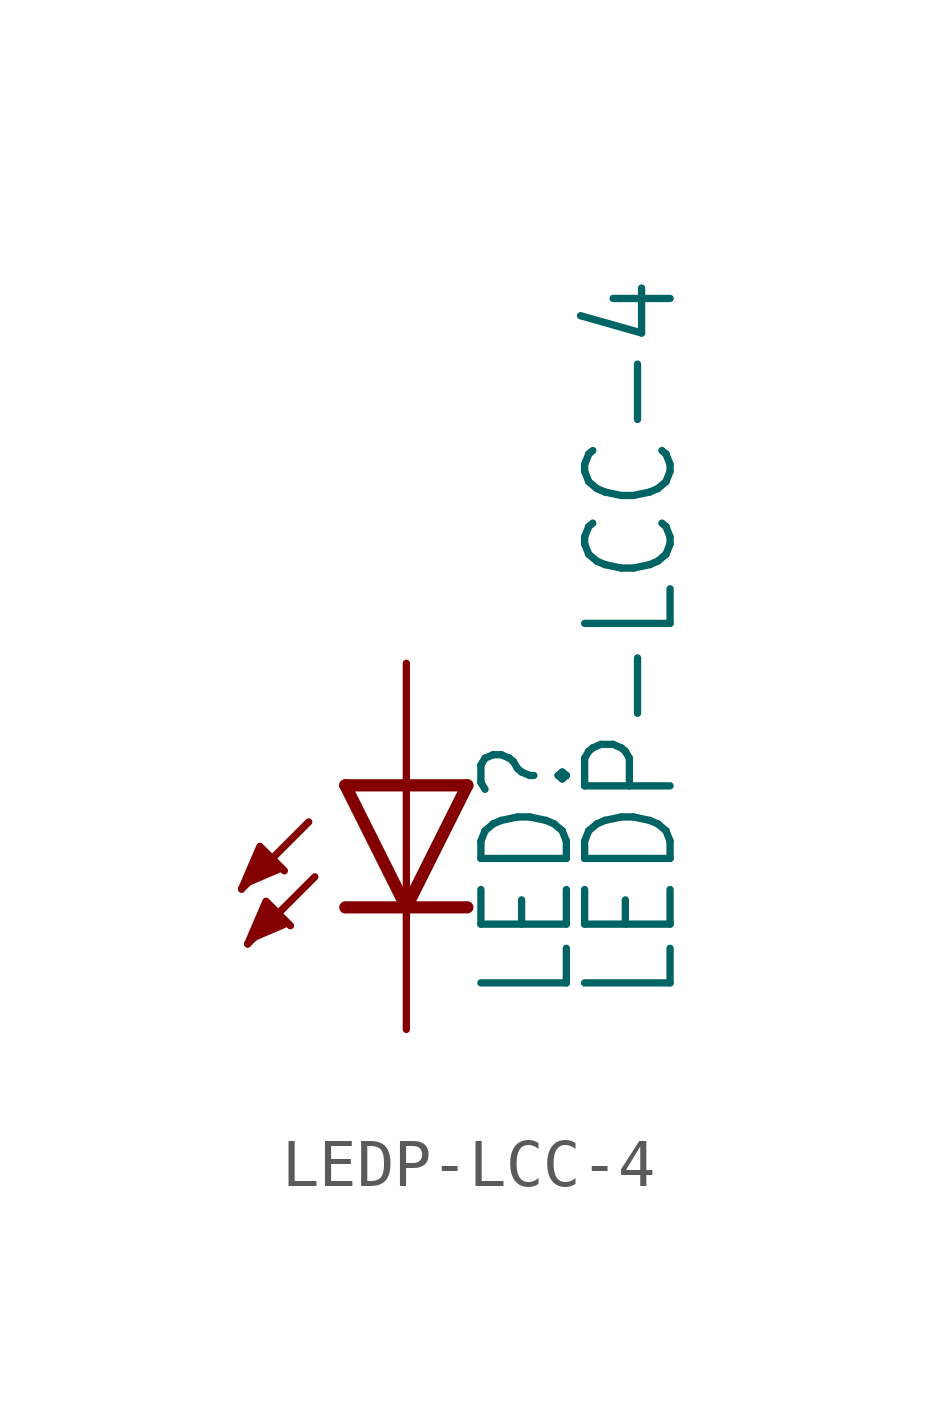
<source format=kicad_sym>
(kicad_symbol_lib
  (version 20220331)
  (generator kicad_symbol_editor)
  (symbol "LEDP-LCC-4"
    (property "Reference" "LED"
      (at 3.556 -4.572 90)
      (effects (font (size 1.778 1.511)) (justify left bottom)))
    (property "Value" "LEDP-LCC-4"
      (at 5.715 -4.572 90)
      (effects (font (size 1.778 1.511)) (justify left bottom)))
    (property "ki_locked" ""
      (at 0 0 0)
      (effects (font (size 1.27 1.27))))
    (symbol "LEDP-LCC-4_1_0"
      (polyline (pts (xy -2.032 -0.762) (xy -3.429 -2.159)) (stroke (width 0.152) (type solid)) (fill (type none)))
      (polyline (pts (xy -1.905 -1.905) (xy -3.302 -3.302)) (stroke (width 0.152) (type solid)) (fill (type none)))
      (polyline (pts (xy 0 -2.54) (xy -1.27 -2.54)) (stroke (width 0.254) (type solid)) (fill (type none)))
      (polyline (pts (xy 0 -2.54) (xy -1.27 0)) (stroke (width 0.254) (type solid)) (fill (type none)))
      (polyline (pts (xy 0 0) (xy -1.27 0)) (stroke (width 0.254) (type solid)) (fill (type none)))
      (polyline (pts (xy 0 0) (xy 0 -2.54)) (stroke (width 0.152) (type solid)) (fill (type none)))
      (polyline (pts (xy 1.27 -2.54) (xy 0 -2.54)) (stroke (width 0.254) (type solid)) (fill (type none)))
      (polyline (pts (xy 1.27 0) (xy 0 -2.54)) (stroke (width 0.254) (type solid)) (fill (type none)))
      (polyline (pts (xy 1.27 0) (xy 0 0)) (stroke (width 0.254) (type solid)) (fill (type none)))
      (polyline (pts (xy -3.429 -2.159) (xy -3.048 -1.27) (xy -2.54 -1.778)) (stroke (width 0) (type default)) (fill (type outline)))
      (polyline (pts (xy -3.302 -3.302) (xy -2.921 -2.413) (xy -2.413 -2.921)) (stroke (width 0) (type default)) (fill (type outline)))
      (pin passive line (at 0 2.54 270) (length 2.54) (name "A" (effects (font (size 0 0)))) (number "A" (effects (font (size 0 0)))))
      (pin passive line (at 0 -5.08 90) (length 2.54) (name "C" (effects (font (size 0 0)))) (number "C@4" (effects (font (size 0 0))))))))
</source>
